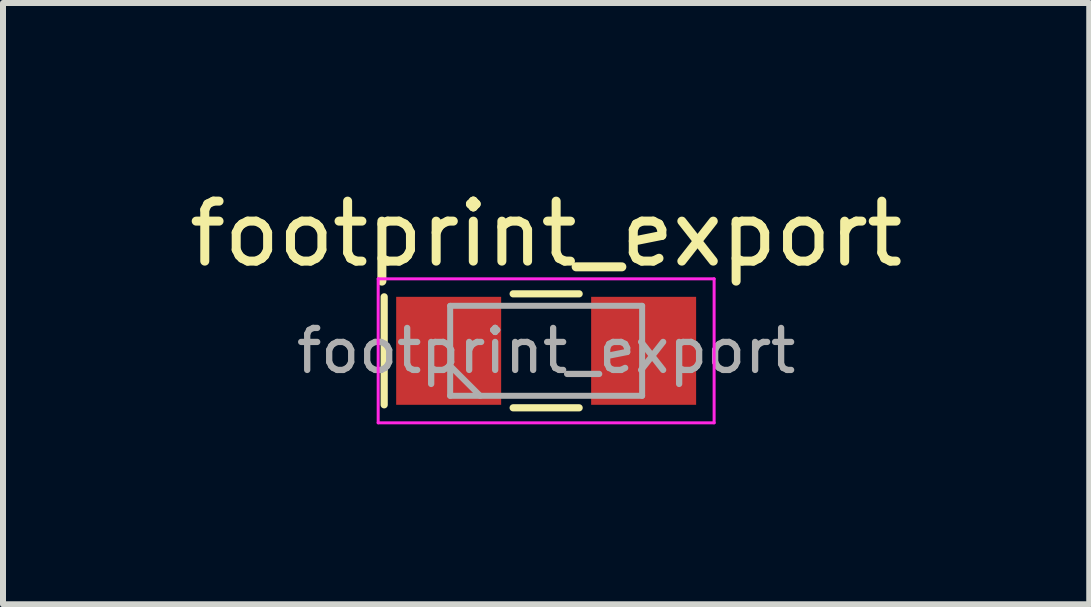
<source format=kicad_pcb>
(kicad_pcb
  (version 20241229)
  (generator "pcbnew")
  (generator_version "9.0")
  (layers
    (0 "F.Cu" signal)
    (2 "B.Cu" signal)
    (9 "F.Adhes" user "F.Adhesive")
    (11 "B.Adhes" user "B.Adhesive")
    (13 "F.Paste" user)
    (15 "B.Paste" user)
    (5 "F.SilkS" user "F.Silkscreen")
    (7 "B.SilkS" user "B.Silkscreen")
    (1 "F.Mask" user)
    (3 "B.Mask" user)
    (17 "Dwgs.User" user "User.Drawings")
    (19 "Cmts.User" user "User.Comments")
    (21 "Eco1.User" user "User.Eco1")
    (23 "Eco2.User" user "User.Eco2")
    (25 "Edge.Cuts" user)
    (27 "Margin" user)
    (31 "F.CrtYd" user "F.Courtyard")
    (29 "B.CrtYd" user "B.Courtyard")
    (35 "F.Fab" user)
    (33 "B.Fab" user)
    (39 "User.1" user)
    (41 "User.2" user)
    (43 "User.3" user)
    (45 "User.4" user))
  (footprint "footprint_export"
    (layer "F.Cu")
    (at 6.054 2.798)
    (property "Reference" "footprint_export" (at 0 -1.95 0) (layer "F.SilkS") (effects (font (size 1 1) (thickness 0.15))))
    (attr smd)
    (fp_line (start -2.7 -0.9) (end -2.7 0.9) (stroke (width 0.12) (type solid)) (layer "F.SilkS"))
    (fp_line (start -0.55 -0.95) (end 0.55 -0.95) (stroke (width 0.12) (type solid)) (layer "F.SilkS"))
    (fp_line (start -0.55 0.95) (end 0.55 0.95) (stroke (width 0.12) (type solid)) (layer "F.SilkS"))
    (fp_line (start -2.8 -1.2) (end -2.8 1.2) (stroke (width 0.05) (type solid)) (layer "F.CrtYd"))
    (fp_line (start -2.8 1.2) (end 2.8 1.2) (stroke (width 0.05) (type solid)) (layer "F.CrtYd"))
    (fp_line (start 2.8 -1.2) (end -2.8 -1.2) (stroke (width 0.05) (type solid)) (layer "F.CrtYd"))
    (fp_line (start 2.8 1.2) (end 2.8 -1.2) (stroke (width 0.05) (type solid)) (layer "F.CrtYd"))
    (fp_line (start -1.6 -0.75) (end -1.6 0.75) (stroke (width 0.1) (type solid)) (layer "F.Fab"))
    (fp_line (start -1.6 0.25) (end -1.1 0.75) (stroke (width 0.1) (type solid)) (layer "F.Fab"))
    (fp_line (start -1.6 0.75) (end 1.6 0.75) (stroke (width 0.1) (type solid)) (layer "F.Fab"))
    (fp_line (start 1.6 -0.75) (end -1.6 -0.75) (stroke (width 0.1) (type solid)) (layer "F.Fab"))
    (fp_line (start 1.6 0.75) (end 1.6 -0.75) (stroke (width 0.1) (type solid)) (layer "F.Fab"))
    (fp_text user "${REFERENCE}" (at 0 0 0) (layer "F.Fab") (effects (font (size 0.7 0.7) (thickness 0.105))))
    (pad "1" smd rect (at -1.625 0) (size 1.75 1.8) (layers "F.Cu" "F.Mask" "F.Paste"))
    (pad "2" smd rect (at 1.625 0) (size 1.75 1.8) (layers "F.Cu" "F.Mask" "F.Paste")))
  (gr_rect
    (start -3 -3)
    (end 15.107 7.023)
    (stroke (width 0.1) (type default))
    (fill no)
    (layer "Edge.Cuts")))
</source>
